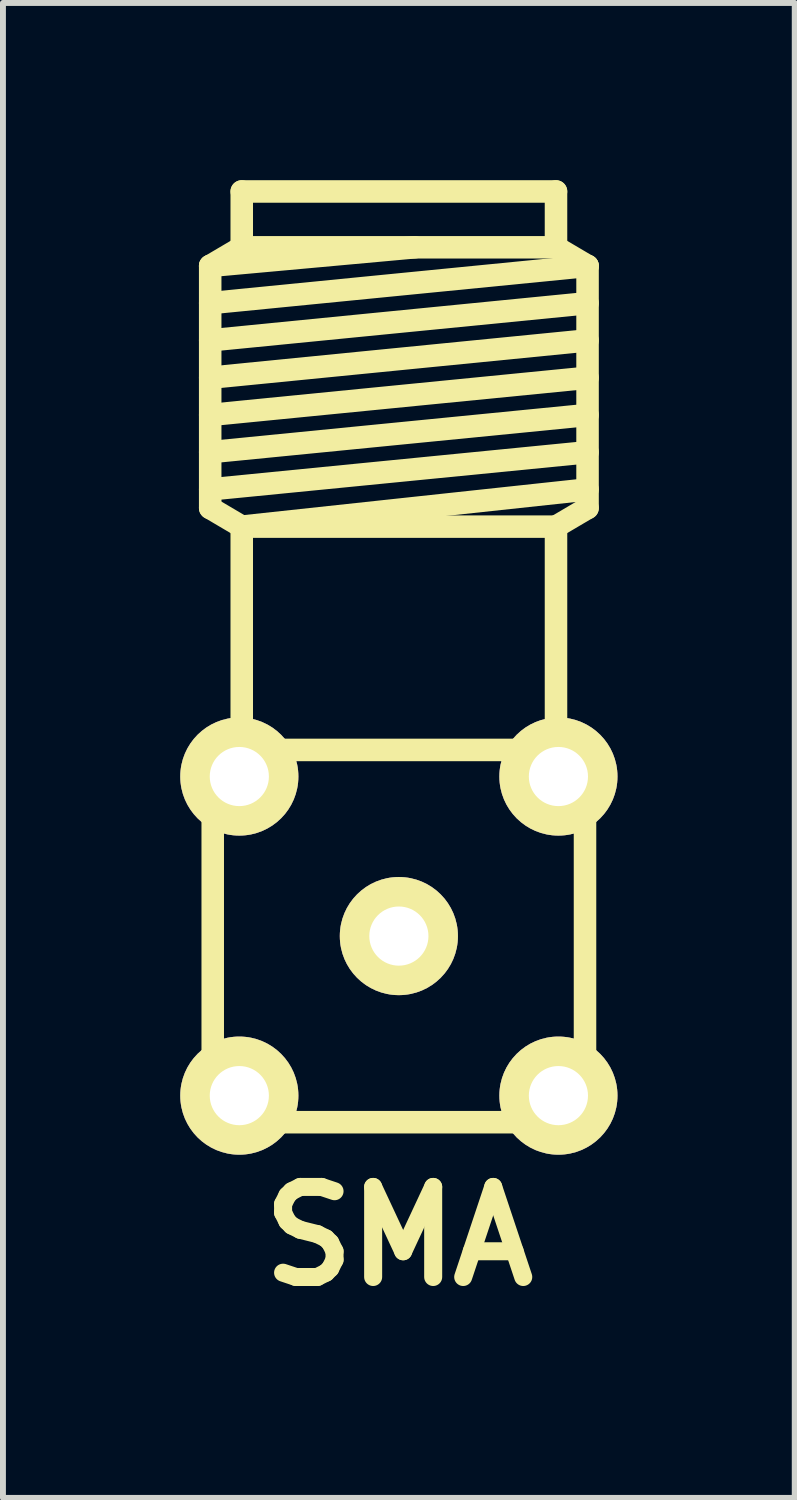
<source format=kicad_pcb>
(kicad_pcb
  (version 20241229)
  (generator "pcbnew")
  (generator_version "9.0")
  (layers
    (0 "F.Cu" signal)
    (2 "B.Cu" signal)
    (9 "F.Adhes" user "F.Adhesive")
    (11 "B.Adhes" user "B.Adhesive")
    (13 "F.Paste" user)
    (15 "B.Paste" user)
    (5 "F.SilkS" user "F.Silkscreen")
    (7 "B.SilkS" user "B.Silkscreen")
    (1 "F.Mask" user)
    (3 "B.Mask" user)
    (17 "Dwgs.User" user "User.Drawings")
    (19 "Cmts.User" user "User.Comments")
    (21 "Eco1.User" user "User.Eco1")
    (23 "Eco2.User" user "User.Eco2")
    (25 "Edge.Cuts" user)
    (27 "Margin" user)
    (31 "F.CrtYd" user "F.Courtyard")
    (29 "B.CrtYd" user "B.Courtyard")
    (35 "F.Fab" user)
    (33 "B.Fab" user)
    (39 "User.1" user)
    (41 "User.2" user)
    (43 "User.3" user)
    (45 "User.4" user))
  (footprint "SMA"
    (layer "F.Cu")
    (at 3.7 12.791)
    (property "Reference" "SMA" (at 0 5.08 0) (layer "F.SilkS") (effects (font (size 1.524 1.524) (thickness 0.305))))
    (attr through_hole)
    (fp_line (start -3.193 -11.341) (end -2.659 -11.656) (stroke (width 0.381) (type solid)) (layer "F.SilkS"))
    (fp_line (start -3.193 -11.341) (end 0.267 -11.656) (stroke (width 0.381) (type solid)) (layer "F.SilkS"))
    (fp_line (start -3.193 -10.711) (end 3.193 -11.341) (stroke (width 0.381) (type solid)) (layer "F.SilkS"))
    (fp_line (start -3.193 -10.081) (end 3.193 -10.711) (stroke (width 0.381) (type solid)) (layer "F.SilkS"))
    (fp_line (start -3.193 -9.449) (end 3.193 -10.081) (stroke (width 0.381) (type solid)) (layer "F.SilkS"))
    (fp_line (start -3.193 -8.819) (end 3.193 -9.449) (stroke (width 0.381) (type solid)) (layer "F.SilkS"))
    (fp_line (start -3.193 -8.189) (end 3.193 -8.819) (stroke (width 0.381) (type solid)) (layer "F.SilkS"))
    (fp_line (start -3.193 -7.559) (end 3.193 -8.189) (stroke (width 0.381) (type solid)) (layer "F.SilkS"))
    (fp_line (start -3.193 -7.244) (end -3.193 -11.341) (stroke (width 0.381) (type solid)) (layer "F.SilkS"))
    (fp_line (start -3.15 -3.15) (end 3.15 -3.15) (stroke (width 0.381) (type solid)) (layer "F.SilkS"))
    (fp_line (start -3.15 3.15) (end -3.15 -3.15) (stroke (width 0.381) (type solid)) (layer "F.SilkS"))
    (fp_line (start -2.659 -11.656) (end -2.659 -12.601) (stroke (width 0.381) (type solid)) (layer "F.SilkS"))
    (fp_line (start -2.659 -11.656) (end 2.659 -11.656) (stroke (width 0.381) (type solid)) (layer "F.SilkS"))
    (fp_line (start -2.659 -6.929) (end -3.193 -7.244) (stroke (width 0.381) (type solid)) (layer "F.SilkS"))
    (fp_line (start -2.659 -3.15) (end -2.659 -6.929) (stroke (width 0.381) (type solid)) (layer "F.SilkS"))
    (fp_line (start 2.659 -12.601) (end -2.659 -12.601) (stroke (width 0.381) (type solid)) (layer "F.SilkS"))
    (fp_line (start 2.659 -11.656) (end 2.659 -12.601) (stroke (width 0.381) (type solid)) (layer "F.SilkS"))
    (fp_line (start 2.659 -11.656) (end 3.193 -11.341) (stroke (width 0.381) (type solid)) (layer "F.SilkS"))
    (fp_line (start 2.659 -6.929) (end -2.659 -6.929) (stroke (width 0.381) (type solid)) (layer "F.SilkS"))
    (fp_line (start 2.659 -3.15) (end 2.659 -6.929) (stroke (width 0.381) (type solid)) (layer "F.SilkS"))
    (fp_line (start 3.15 -3.15) (end 3.15 3.15) (stroke (width 0.381) (type solid)) (layer "F.SilkS"))
    (fp_line (start 3.15 3.15) (end -3.15 3.15) (stroke (width 0.381) (type solid)) (layer "F.SilkS"))
    (fp_line (start 3.193 -11.341) (end 3.193 -7.244) (stroke (width 0.381) (type solid)) (layer "F.SilkS"))
    (fp_line (start 3.193 -7.559) (end -2.659 -6.929) (stroke (width 0.381) (type solid)) (layer "F.SilkS"))
    (fp_line (start 3.193 -7.244) (end 2.659 -6.929) (stroke (width 0.381) (type solid)) (layer "F.SilkS"))
    (pad "1" thru_hole circle (at 0 0) (size 1.999 1.999) (drill 1.001) (layers "*.Cu" "*.Mask" "F.SilkS"))
    (pad "2" thru_hole circle (at -2.7 -2.7) (size 1.999 1.999) (drill 1.001) (layers "*.Cu" "*.Mask" "F.SilkS"))
    (pad "3" thru_hole circle (at 2.7 -2.7) (size 1.999 1.999) (drill 1.001) (layers "*.Cu" "*.Mask" "F.SilkS"))
    (pad "4" thru_hole circle (at 2.7 2.7) (size 1.999 1.999) (drill 1.001) (layers "*.Cu" "*.Mask" "F.SilkS"))
    (pad "5" thru_hole circle (at -2.7 2.7) (size 1.999 1.999) (drill 1.001) (layers "*.Cu" "*.Mask" "F.SilkS")))
  (gr_rect
    (start -3 -3)
    (end 10.399 22.298)
    (stroke (width 0.1) (type default))
    (fill no)
    (layer "Edge.Cuts")))
</source>
